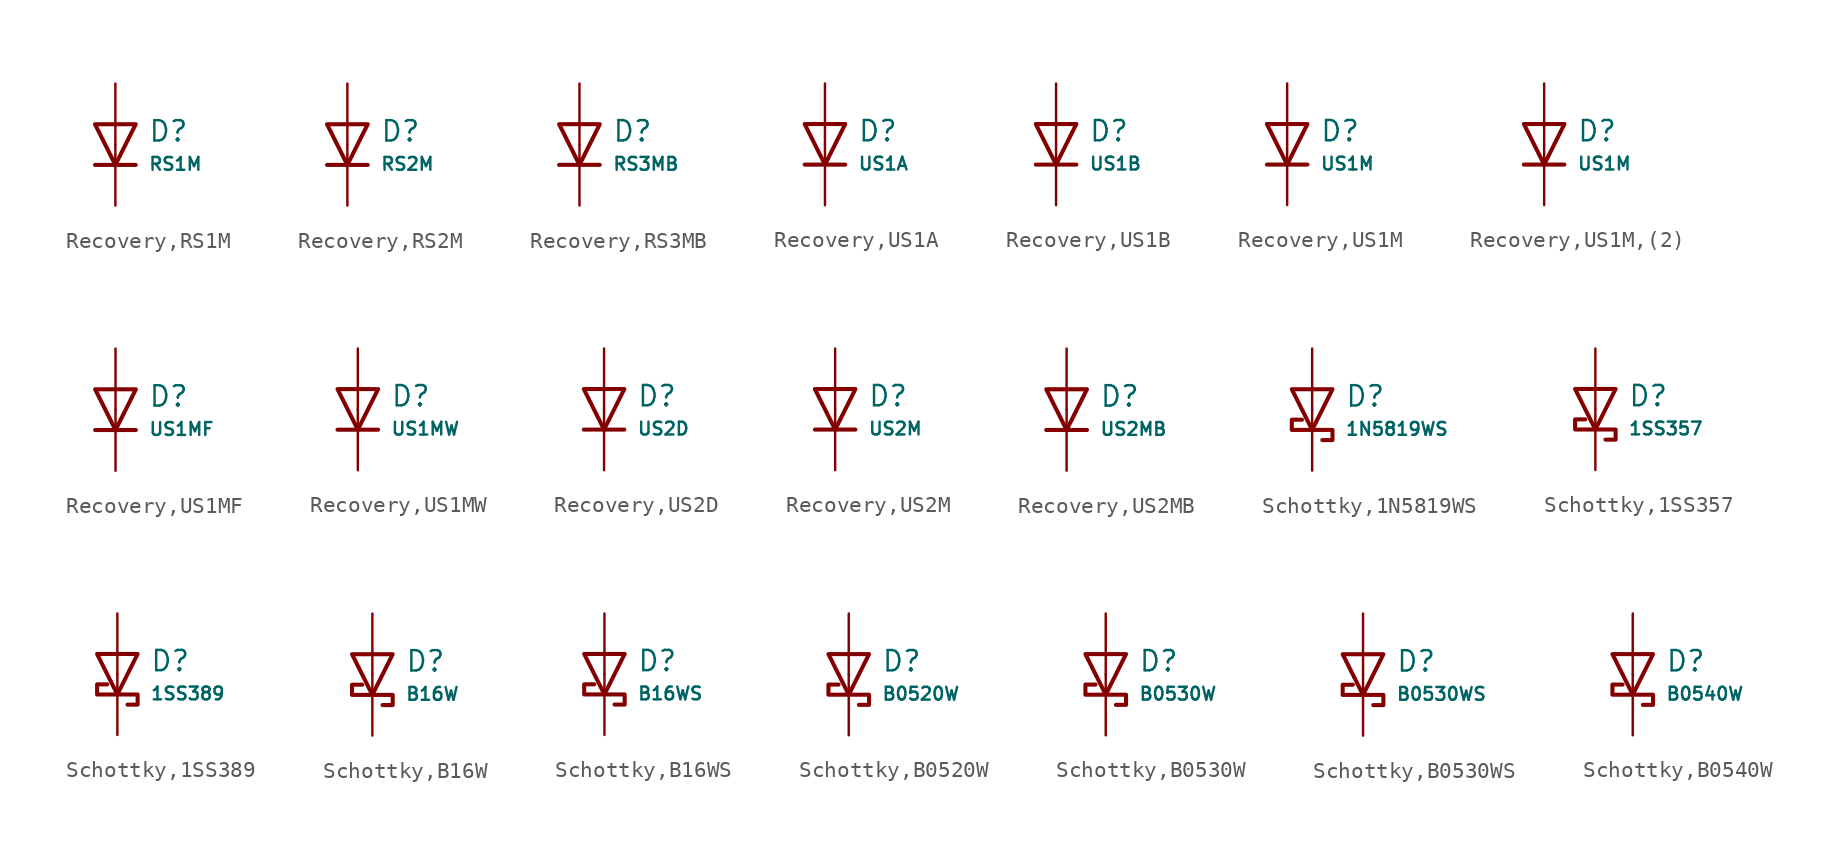
<source format=kicad_sym>
(kicad_symbol_lib
  (version 20231120)
  (generator "CDFER")
  (generator_version "8.0")
  (symbol "Recovery,RS1M"
    (pin_numbers hide)
    (pin_names
      (offset 0))
    (property "Reference" "D"
      (at 2.032 0.834 0)
      (effects (font (size 1.27 1.27)) (justify left)))
    (property "Value" "RS1M"
      (at 2.032 -1.212 0)
      (effects (font (size 0.8 0.8)) (justify left)))
    (symbol "Recovery,RS1M_0_1"
      (polyline (pts (xy -1.27 1.27) (xy 0.00 -1.27) (xy 1.27 1.27) (xy -1.27 1.27)) (stroke (width 0.254) (type default)) (fill (type none))))
    (symbol "Recovery,RS1M_0_1"
      (polyline (pts (xy -1.27 -1.27) (xy 1.27 -1.27)) (stroke (width 0.254) (type default)) (fill (type none))))
    (symbol "Recovery,RS1M_1_1"
      (pin passive line (at 0 3.81 270) (length 3.81) (name "~" (effects (font (size 1.27 1.27)))) (number "2" (effects (font (size 1.27 1.27)))))
      (pin passive line (at 0 -3.81 90) (length 3.81) (name "~" (effects (font (size 1.27 1.27)))) (number "1" (effects (font (size 1.27 1.27)))))))
  (symbol "Recovery,RS2M"
    (pin_numbers hide)
    (pin_names
      (offset 0))
    (property "Reference" "D"
      (at 2.032 0.834 0)
      (effects (font (size 1.27 1.27)) (justify left)))
    (property "Value" "RS2M"
      (at 2.032 -1.212 0)
      (effects (font (size 0.8 0.8)) (justify left)))
    (symbol "Recovery,RS2M_0_1"
      (polyline (pts (xy -1.27 1.27) (xy 0.00 -1.27) (xy 1.27 1.27) (xy -1.27 1.27)) (stroke (width 0.254) (type default)) (fill (type none))))
    (symbol "Recovery,RS2M_0_1"
      (polyline (pts (xy -1.27 -1.27) (xy 1.27 -1.27)) (stroke (width 0.254) (type default)) (fill (type none))))
    (symbol "Recovery,RS2M_1_1"
      (pin passive line (at 0 3.81 270) (length 3.81) (name "~" (effects (font (size 1.27 1.27)))) (number "2" (effects (font (size 1.27 1.27)))))
      (pin passive line (at 0 -3.81 90) (length 3.81) (name "~" (effects (font (size 1.27 1.27)))) (number "1" (effects (font (size 1.27 1.27)))))))
  (symbol "Recovery,RS3MB"
    (pin_numbers hide)
    (pin_names
      (offset 0))
    (property "Reference" "D"
      (at 2.032 0.834 0)
      (effects (font (size 1.27 1.27)) (justify left)))
    (property "Value" "RS3MB"
      (at 2.032 -1.212 0)
      (effects (font (size 0.8 0.8)) (justify left)))
    (symbol "Recovery,RS3MB_0_1"
      (polyline (pts (xy -1.27 1.27) (xy 0.00 -1.27) (xy 1.27 1.27) (xy -1.27 1.27)) (stroke (width 0.254) (type default)) (fill (type none))))
    (symbol "Recovery,RS3MB_0_1"
      (polyline (pts (xy -1.27 -1.27) (xy 1.27 -1.27)) (stroke (width 0.254) (type default)) (fill (type none))))
    (symbol "Recovery,RS3MB_1_1"
      (pin passive line (at 0 3.81 270) (length 3.81) (name "~" (effects (font (size 1.27 1.27)))) (number "2" (effects (font (size 1.27 1.27)))))
      (pin passive line (at 0 -3.81 90) (length 3.81) (name "~" (effects (font (size 1.27 1.27)))) (number "1" (effects (font (size 1.27 1.27)))))))
  (symbol "Recovery,US1A"
    (pin_numbers hide)
    (pin_names
      (offset 0))
    (property "Reference" "D"
      (at 2.032 0.834 0)
      (effects (font (size 1.27 1.27)) (justify left)))
    (property "Value" "US1A"
      (at 2.032 -1.212 0)
      (effects (font (size 0.8 0.8)) (justify left)))
    (symbol "Recovery,US1A_0_1"
      (polyline (pts (xy -1.27 1.27) (xy 0.00 -1.27) (xy 1.27 1.27) (xy -1.27 1.27)) (stroke (width 0.254) (type default)) (fill (type none))))
    (symbol "Recovery,US1A_0_1"
      (polyline (pts (xy -1.27 -1.27) (xy 1.27 -1.27)) (stroke (width 0.254) (type default)) (fill (type none))))
    (symbol "Recovery,US1A_1_1"
      (pin passive line (at 0 3.81 270) (length 3.81) (name "~" (effects (font (size 1.27 1.27)))) (number "2" (effects (font (size 1.27 1.27)))))
      (pin passive line (at 0 -3.81 90) (length 3.81) (name "~" (effects (font (size 1.27 1.27)))) (number "1" (effects (font (size 1.27 1.27)))))))
  (symbol "Recovery,US1B"
    (pin_numbers hide)
    (pin_names
      (offset 0))
    (property "Reference" "D"
      (at 2.032 0.834 0)
      (effects (font (size 1.27 1.27)) (justify left)))
    (property "Value" "US1B"
      (at 2.032 -1.212 0)
      (effects (font (size 0.8 0.8)) (justify left)))
    (symbol "Recovery,US1B_0_1"
      (polyline (pts (xy -1.27 1.27) (xy 0.00 -1.27) (xy 1.27 1.27) (xy -1.27 1.27)) (stroke (width 0.254) (type default)) (fill (type none))))
    (symbol "Recovery,US1B_0_1"
      (polyline (pts (xy -1.27 -1.27) (xy 1.27 -1.27)) (stroke (width 0.254) (type default)) (fill (type none))))
    (symbol "Recovery,US1B_1_1"
      (pin passive line (at 0 3.81 270) (length 3.81) (name "~" (effects (font (size 1.27 1.27)))) (number "2" (effects (font (size 1.27 1.27)))))
      (pin passive line (at 0 -3.81 90) (length 3.81) (name "~" (effects (font (size 1.27 1.27)))) (number "1" (effects (font (size 1.27 1.27)))))))
  (symbol "Recovery,US1M"
    (pin_numbers hide)
    (pin_names
      (offset 0))
    (property "Reference" "D"
      (at 2.032 0.834 0)
      (effects (font (size 1.27 1.27)) (justify left)))
    (property "Value" "US1M"
      (at 2.032 -1.212 0)
      (effects (font (size 0.8 0.8)) (justify left)))
    (symbol "Recovery,US1M_0_1"
      (polyline (pts (xy -1.27 1.27) (xy 0.00 -1.27) (xy 1.27 1.27) (xy -1.27 1.27)) (stroke (width 0.254) (type default)) (fill (type none))))
    (symbol "Recovery,US1M_0_1"
      (polyline (pts (xy -1.27 -1.27) (xy 1.27 -1.27)) (stroke (width 0.254) (type default)) (fill (type none))))
    (symbol "Recovery,US1M_1_1"
      (pin passive line (at 0 3.81 270) (length 3.81) (name "~" (effects (font (size 1.27 1.27)))) (number "2" (effects (font (size 1.27 1.27)))))
      (pin passive line (at 0 -3.81 90) (length 3.81) (name "~" (effects (font (size 1.27 1.27)))) (number "1" (effects (font (size 1.27 1.27)))))))
  (symbol "Recovery,US1M,(2)"
    (pin_numbers hide)
    (pin_names
      (offset 0))
    (property "Reference" "D"
      (at 2.032 0.834 0)
      (effects (font (size 1.27 1.27)) (justify left)))
    (property "Value" "US1M"
      (at 2.032 -1.212 0)
      (effects (font (size 0.8 0.8)) (justify left)))
    (symbol "Recovery,US1M,(2)_0_1"
      (polyline (pts (xy -1.27 1.27) (xy 0.00 -1.27) (xy 1.27 1.27) (xy -1.27 1.27)) (stroke (width 0.254) (type default)) (fill (type none))))
    (symbol "Recovery,US1M,(2)_0_1"
      (polyline (pts (xy -1.27 -1.27) (xy 1.27 -1.27)) (stroke (width 0.254) (type default)) (fill (type none))))
    (symbol "Recovery,US1M,(2)_1_1"
      (pin passive line (at 0 3.81 270) (length 3.81) (name "~" (effects (font (size 1.27 1.27)))) (number "2" (effects (font (size 1.27 1.27)))))
      (pin passive line (at 0 -3.81 90) (length 3.81) (name "~" (effects (font (size 1.27 1.27)))) (number "1" (effects (font (size 1.27 1.27)))))))
  (symbol "Recovery,US1MF"
    (pin_numbers hide)
    (pin_names
      (offset 0))
    (property "Reference" "D"
      (at 2.032 0.834 0)
      (effects (font (size 1.27 1.27)) (justify left)))
    (property "Value" "US1MF"
      (at 2.032 -1.212 0)
      (effects (font (size 0.8 0.8)) (justify left)))
    (symbol "Recovery,US1MF_0_1"
      (polyline (pts (xy -1.27 1.27) (xy 0.00 -1.27) (xy 1.27 1.27) (xy -1.27 1.27)) (stroke (width 0.254) (type default)) (fill (type none))))
    (symbol "Recovery,US1MF_0_1"
      (polyline (pts (xy -1.27 -1.27) (xy 1.27 -1.27)) (stroke (width 0.254) (type default)) (fill (type none))))
    (symbol "Recovery,US1MF_1_1"
      (pin passive line (at 0 3.81 270) (length 3.81) (name "~" (effects (font (size 1.27 1.27)))) (number "2" (effects (font (size 1.27 1.27)))))
      (pin passive line (at 0 -3.81 90) (length 3.81) (name "~" (effects (font (size 1.27 1.27)))) (number "1" (effects (font (size 1.27 1.27)))))))
  (symbol "Recovery,US1MW"
    (pin_numbers hide)
    (pin_names
      (offset 0))
    (property "Reference" "D"
      (at 2.032 0.834 0)
      (effects (font (size 1.27 1.27)) (justify left)))
    (property "Value" "US1MW"
      (at 2.032 -1.212 0)
      (effects (font (size 0.8 0.8)) (justify left)))
    (symbol "Recovery,US1MW_0_1"
      (polyline (pts (xy -1.27 1.27) (xy 0.00 -1.27) (xy 1.27 1.27) (xy -1.27 1.27)) (stroke (width 0.254) (type default)) (fill (type none))))
    (symbol "Recovery,US1MW_0_1"
      (polyline (pts (xy -1.27 -1.27) (xy 1.27 -1.27)) (stroke (width 0.254) (type default)) (fill (type none))))
    (symbol "Recovery,US1MW_1_1"
      (pin passive line (at 0 3.81 270) (length 3.81) (name "~" (effects (font (size 1.27 1.27)))) (number "2" (effects (font (size 1.27 1.27)))))
      (pin passive line (at 0 -3.81 90) (length 3.81) (name "~" (effects (font (size 1.27 1.27)))) (number "1" (effects (font (size 1.27 1.27)))))))
  (symbol "Recovery,US2D"
    (pin_numbers hide)
    (pin_names
      (offset 0))
    (property "Reference" "D"
      (at 2.032 0.834 0)
      (effects (font (size 1.27 1.27)) (justify left)))
    (property "Value" "US2D"
      (at 2.032 -1.212 0)
      (effects (font (size 0.8 0.8)) (justify left)))
    (symbol "Recovery,US2D_0_1"
      (polyline (pts (xy -1.27 1.27) (xy 0.00 -1.27) (xy 1.27 1.27) (xy -1.27 1.27)) (stroke (width 0.254) (type default)) (fill (type none))))
    (symbol "Recovery,US2D_0_1"
      (polyline (pts (xy -1.27 -1.27) (xy 1.27 -1.27)) (stroke (width 0.254) (type default)) (fill (type none))))
    (symbol "Recovery,US2D_1_1"
      (pin passive line (at 0 3.81 270) (length 3.81) (name "~" (effects (font (size 1.27 1.27)))) (number "2" (effects (font (size 1.27 1.27)))))
      (pin passive line (at 0 -3.81 90) (length 3.81) (name "~" (effects (font (size 1.27 1.27)))) (number "1" (effects (font (size 1.27 1.27)))))))
  (symbol "Recovery,US2M"
    (pin_numbers hide)
    (pin_names
      (offset 0))
    (property "Reference" "D"
      (at 2.032 0.834 0)
      (effects (font (size 1.27 1.27)) (justify left)))
    (property "Value" "US2M"
      (at 2.032 -1.212 0)
      (effects (font (size 0.8 0.8)) (justify left)))
    (symbol "Recovery,US2M_0_1"
      (polyline (pts (xy -1.27 1.27) (xy 0.00 -1.27) (xy 1.27 1.27) (xy -1.27 1.27)) (stroke (width 0.254) (type default)) (fill (type none))))
    (symbol "Recovery,US2M_0_1"
      (polyline (pts (xy -1.27 -1.27) (xy 1.27 -1.27)) (stroke (width 0.254) (type default)) (fill (type none))))
    (symbol "Recovery,US2M_1_1"
      (pin passive line (at 0 3.81 270) (length 3.81) (name "~" (effects (font (size 1.27 1.27)))) (number "2" (effects (font (size 1.27 1.27)))))
      (pin passive line (at 0 -3.81 90) (length 3.81) (name "~" (effects (font (size 1.27 1.27)))) (number "1" (effects (font (size 1.27 1.27)))))))
  (symbol "Recovery,US2MB"
    (pin_numbers hide)
    (pin_names
      (offset 0))
    (property "Reference" "D"
      (at 2.032 0.834 0)
      (effects (font (size 1.27 1.27)) (justify left)))
    (property "Value" "US2MB"
      (at 2.032 -1.212 0)
      (effects (font (size 0.8 0.8)) (justify left)))
    (symbol "Recovery,US2MB_0_1"
      (polyline (pts (xy -1.27 1.27) (xy 0.00 -1.27) (xy 1.27 1.27) (xy -1.27 1.27)) (stroke (width 0.254) (type default)) (fill (type none))))
    (symbol "Recovery,US2MB_0_1"
      (polyline (pts (xy -1.27 -1.27) (xy 1.27 -1.27)) (stroke (width 0.254) (type default)) (fill (type none))))
    (symbol "Recovery,US2MB_1_1"
      (pin passive line (at 0 3.81 270) (length 3.81) (name "~" (effects (font (size 1.27 1.27)))) (number "2" (effects (font (size 1.27 1.27)))))
      (pin passive line (at 0 -3.81 90) (length 3.81) (name "~" (effects (font (size 1.27 1.27)))) (number "1" (effects (font (size 1.27 1.27)))))))
  (symbol "Schottky,1N5819WS"
    (pin_numbers hide)
    (pin_names
      (offset 0))
    (property "Reference" "D"
      (at 2.032 0.834 0)
      (effects (font (size 1.27 1.27)) (justify left)))
    (property "Value" "1N5819WS"
      (at 2.032 -1.212 0)
      (effects (font (size 0.8 0.8)) (justify left)))
    (symbol "Schottky,1N5819WS_0_1"
      (polyline (pts (xy -1.27 1.27) (xy 0.00 -1.27) (xy 1.27 1.27) (xy -1.27 1.27)) (stroke (width 0.254) (type default)) (fill (type none))))
    (symbol "Schottky,1N5819WS_0_1"
      (polyline (pts (xy 0.635 -1.905) (xy 1.27 -1.905) (xy 1.27 -1.27) (xy -1.27 -1.27) (xy -1.27 -0.635) (xy -0.635 -0.635)) (stroke (width 0.254) (type default)) (fill (type none))))
    (symbol "Schottky,1N5819WS_1_1"
      (pin passive line (at 0 3.81 270) (length 3.81) (name "~" (effects (font (size 1.27 1.27)))) (number "2" (effects (font (size 1.27 1.27)))))
      (pin passive line (at 0 -3.81 90) (length 3.81) (name "~" (effects (font (size 1.27 1.27)))) (number "1" (effects (font (size 1.27 1.27)))))))
  (symbol "Schottky,1SS357"
    (pin_numbers hide)
    (pin_names
      (offset 0))
    (property "Reference" "D"
      (at 2.032 0.834 0)
      (effects (font (size 1.27 1.27)) (justify left)))
    (property "Value" "1SS357"
      (at 2.032 -1.212 0)
      (effects (font (size 0.8 0.8)) (justify left)))
    (symbol "Schottky,1SS357_0_1"
      (polyline (pts (xy -1.27 1.27) (xy 0.00 -1.27) (xy 1.27 1.27) (xy -1.27 1.27)) (stroke (width 0.254) (type default)) (fill (type none))))
    (symbol "Schottky,1SS357_0_1"
      (polyline (pts (xy 0.635 -1.905) (xy 1.27 -1.905) (xy 1.27 -1.27) (xy -1.27 -1.27) (xy -1.27 -0.635) (xy -0.635 -0.635)) (stroke (width 0.254) (type default)) (fill (type none))))
    (symbol "Schottky,1SS357_1_1"
      (pin passive line (at 0 3.81 270) (length 3.81) (name "~" (effects (font (size 1.27 1.27)))) (number "2" (effects (font (size 1.27 1.27)))))
      (pin passive line (at 0 -3.81 90) (length 3.81) (name "~" (effects (font (size 1.27 1.27)))) (number "1" (effects (font (size 1.27 1.27)))))))
  (symbol "Schottky,1SS389"
    (pin_numbers hide)
    (pin_names
      (offset 0))
    (property "Reference" "D"
      (at 2.032 0.834 0)
      (effects (font (size 1.27 1.27)) (justify left)))
    (property "Value" "1SS389"
      (at 2.032 -1.212 0)
      (effects (font (size 0.8 0.8)) (justify left)))
    (symbol "Schottky,1SS389_0_1"
      (polyline (pts (xy -1.27 1.27) (xy 0.00 -1.27) (xy 1.27 1.27) (xy -1.27 1.27)) (stroke (width 0.254) (type default)) (fill (type none))))
    (symbol "Schottky,1SS389_0_1"
      (polyline (pts (xy 0.635 -1.905) (xy 1.27 -1.905) (xy 1.27 -1.27) (xy -1.27 -1.27) (xy -1.27 -0.635) (xy -0.635 -0.635)) (stroke (width 0.254) (type default)) (fill (type none))))
    (symbol "Schottky,1SS389_1_1"
      (pin passive line (at 0 3.81 270) (length 3.81) (name "~" (effects (font (size 1.27 1.27)))) (number "2" (effects (font (size 1.27 1.27)))))
      (pin passive line (at 0 -3.81 90) (length 3.81) (name "~" (effects (font (size 1.27 1.27)))) (number "1" (effects (font (size 1.27 1.27)))))))
  (symbol "Schottky,B16W"
    (pin_numbers hide)
    (pin_names
      (offset 0))
    (property "Reference" "D"
      (at 2.032 0.834 0)
      (effects (font (size 1.27 1.27)) (justify left)))
    (property "Value" "B16W"
      (at 2.032 -1.212 0)
      (effects (font (size 0.8 0.8)) (justify left)))
    (symbol "Schottky,B16W_0_1"
      (polyline (pts (xy -1.27 1.27) (xy 0.00 -1.27) (xy 1.27 1.27) (xy -1.27 1.27)) (stroke (width 0.254) (type default)) (fill (type none))))
    (symbol "Schottky,B16W_0_1"
      (polyline (pts (xy 0.635 -1.905) (xy 1.27 -1.905) (xy 1.27 -1.27) (xy -1.27 -1.27) (xy -1.27 -0.635) (xy -0.635 -0.635)) (stroke (width 0.254) (type default)) (fill (type none))))
    (symbol "Schottky,B16W_1_1"
      (pin passive line (at 0 3.81 270) (length 3.81) (name "~" (effects (font (size 1.27 1.27)))) (number "2" (effects (font (size 1.27 1.27)))))
      (pin passive line (at 0 -3.81 90) (length 3.81) (name "~" (effects (font (size 1.27 1.27)))) (number "1" (effects (font (size 1.27 1.27)))))))
  (symbol "Schottky,B16WS"
    (pin_numbers hide)
    (pin_names
      (offset 0))
    (property "Reference" "D"
      (at 2.032 0.834 0)
      (effects (font (size 1.27 1.27)) (justify left)))
    (property "Value" "B16WS"
      (at 2.032 -1.212 0)
      (effects (font (size 0.8 0.8)) (justify left)))
    (symbol "Schottky,B16WS_0_1"
      (polyline (pts (xy -1.27 1.27) (xy 0.00 -1.27) (xy 1.27 1.27) (xy -1.27 1.27)) (stroke (width 0.254) (type default)) (fill (type none))))
    (symbol "Schottky,B16WS_0_1"
      (polyline (pts (xy 0.635 -1.905) (xy 1.27 -1.905) (xy 1.27 -1.27) (xy -1.27 -1.27) (xy -1.27 -0.635) (xy -0.635 -0.635)) (stroke (width 0.254) (type default)) (fill (type none))))
    (symbol "Schottky,B16WS_1_1"
      (pin passive line (at 0 3.81 270) (length 3.81) (name "~" (effects (font (size 1.27 1.27)))) (number "2" (effects (font (size 1.27 1.27)))))
      (pin passive line (at 0 -3.81 90) (length 3.81) (name "~" (effects (font (size 1.27 1.27)))) (number "1" (effects (font (size 1.27 1.27)))))))
  (symbol "Schottky,B0520W"
    (pin_numbers hide)
    (pin_names
      (offset 0))
    (property "Reference" "D"
      (at 2.032 0.834 0)
      (effects (font (size 1.27 1.27)) (justify left)))
    (property "Value" "B0520W"
      (at 2.032 -1.212 0)
      (effects (font (size 0.8 0.8)) (justify left)))
    (symbol "Schottky,B0520W_0_1"
      (polyline (pts (xy -1.27 1.27) (xy 0.00 -1.27) (xy 1.27 1.27) (xy -1.27 1.27)) (stroke (width 0.254) (type default)) (fill (type none))))
    (symbol "Schottky,B0520W_0_1"
      (polyline (pts (xy 0.635 -1.905) (xy 1.27 -1.905) (xy 1.27 -1.27) (xy -1.27 -1.27) (xy -1.27 -0.635) (xy -0.635 -0.635)) (stroke (width 0.254) (type default)) (fill (type none))))
    (symbol "Schottky,B0520W_1_1"
      (pin passive line (at 0 3.81 270) (length 3.81) (name "~" (effects (font (size 1.27 1.27)))) (number "2" (effects (font (size 1.27 1.27)))))
      (pin passive line (at 0 -3.81 90) (length 3.81) (name "~" (effects (font (size 1.27 1.27)))) (number "1" (effects (font (size 1.27 1.27)))))))
  (symbol "Schottky,B0530W"
    (pin_numbers hide)
    (pin_names
      (offset 0))
    (property "Reference" "D"
      (at 2.032 0.834 0)
      (effects (font (size 1.27 1.27)) (justify left)))
    (property "Value" "B0530W"
      (at 2.032 -1.212 0)
      (effects (font (size 0.8 0.8)) (justify left)))
    (symbol "Schottky,B0530W_0_1"
      (polyline (pts (xy -1.27 1.27) (xy 0.00 -1.27) (xy 1.27 1.27) (xy -1.27 1.27)) (stroke (width 0.254) (type default)) (fill (type none))))
    (symbol "Schottky,B0530W_0_1"
      (polyline (pts (xy 0.635 -1.905) (xy 1.27 -1.905) (xy 1.27 -1.27) (xy -1.27 -1.27) (xy -1.27 -0.635) (xy -0.635 -0.635)) (stroke (width 0.254) (type default)) (fill (type none))))
    (symbol "Schottky,B0530W_1_1"
      (pin passive line (at 0 3.81 270) (length 3.81) (name "~" (effects (font (size 1.27 1.27)))) (number "2" (effects (font (size 1.27 1.27)))))
      (pin passive line (at 0 -3.81 90) (length 3.81) (name "~" (effects (font (size 1.27 1.27)))) (number "1" (effects (font (size 1.27 1.27)))))))
  (symbol "Schottky,B0530WS"
    (pin_numbers hide)
    (pin_names
      (offset 0))
    (property "Reference" "D"
      (at 2.032 0.834 0)
      (effects (font (size 1.27 1.27)) (justify left)))
    (property "Value" "B0530WS"
      (at 2.032 -1.212 0)
      (effects (font (size 0.8 0.8)) (justify left)))
    (symbol "Schottky,B0530WS_0_1"
      (polyline (pts (xy -1.27 1.27) (xy 0.00 -1.27) (xy 1.27 1.27) (xy -1.27 1.27)) (stroke (width 0.254) (type default)) (fill (type none))))
    (symbol "Schottky,B0530WS_0_1"
      (polyline (pts (xy 0.635 -1.905) (xy 1.27 -1.905) (xy 1.27 -1.27) (xy -1.27 -1.27) (xy -1.27 -0.635) (xy -0.635 -0.635)) (stroke (width 0.254) (type default)) (fill (type none))))
    (symbol "Schottky,B0530WS_1_1"
      (pin passive line (at 0 3.81 270) (length 3.81) (name "~" (effects (font (size 1.27 1.27)))) (number "2" (effects (font (size 1.27 1.27)))))
      (pin passive line (at 0 -3.81 90) (length 3.81) (name "~" (effects (font (size 1.27 1.27)))) (number "1" (effects (font (size 1.27 1.27)))))))
  (symbol "Schottky,B0540W"
    (pin_numbers hide)
    (pin_names
      (offset 0))
    (property "Reference" "D"
      (at 2.032 0.834 0)
      (effects (font (size 1.27 1.27)) (justify left)))
    (property "Value" "B0540W"
      (at 2.032 -1.212 0)
      (effects (font (size 0.8 0.8)) (justify left)))
    (symbol "Schottky,B0540W_0_1"
      (polyline (pts (xy -1.27 1.27) (xy 0.00 -1.27) (xy 1.27 1.27) (xy -1.27 1.27)) (stroke (width 0.254) (type default)) (fill (type none))))
    (symbol "Schottky,B0540W_0_1"
      (polyline (pts (xy 0.635 -1.905) (xy 1.27 -1.905) (xy 1.27 -1.27) (xy -1.27 -1.27) (xy -1.27 -0.635) (xy -0.635 -0.635)) (stroke (width 0.254) (type default)) (fill (type none))))
    (symbol "Schottky,B0540W_1_1"
      (pin passive line (at 0 3.81 270) (length 3.81) (name "~" (effects (font (size 1.27 1.27)))) (number "2" (effects (font (size 1.27 1.27)))))
      (pin passive line (at 0 -3.81 90) (length 3.81) (name "~" (effects (font (size 1.27 1.27)))) (number "1" (effects (font (size 1.27 1.27))))))))
</source>
